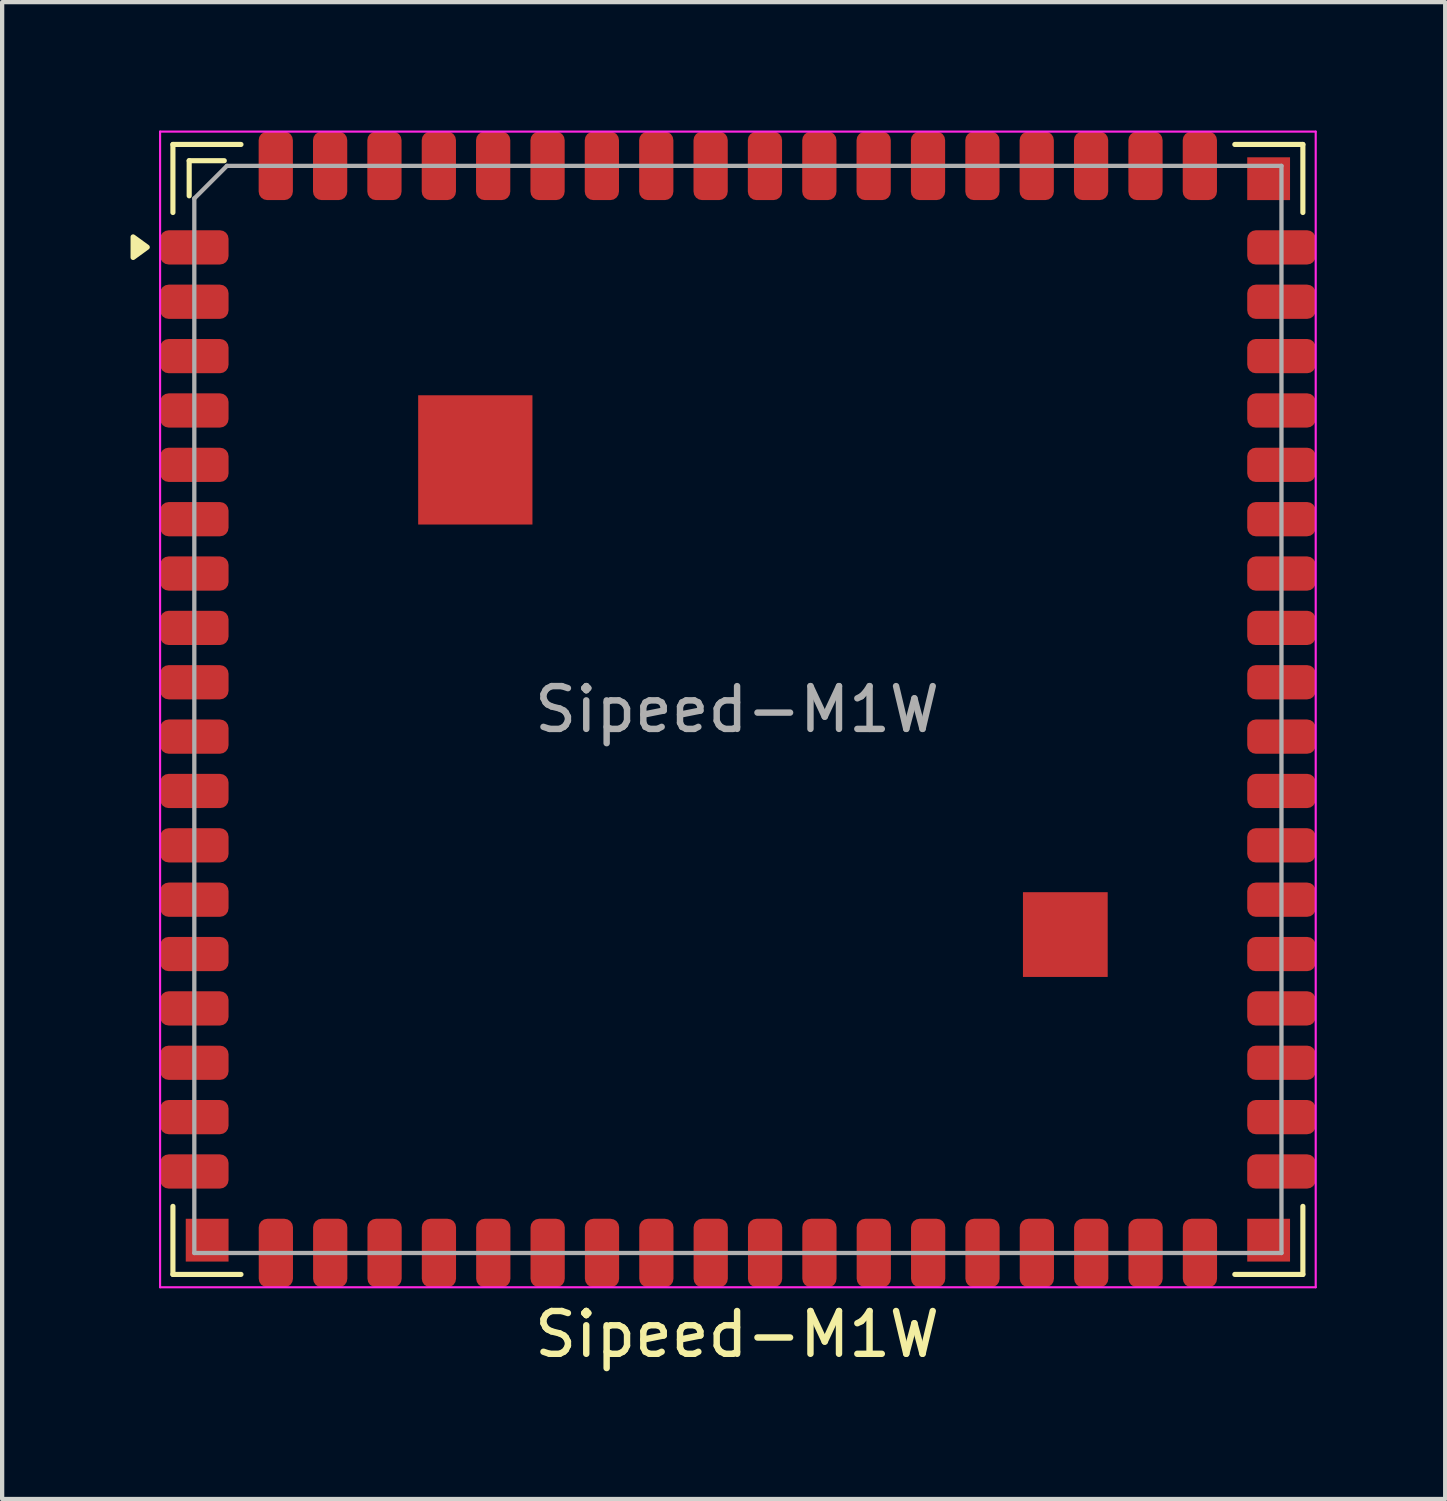
<source format=kicad_pcb>
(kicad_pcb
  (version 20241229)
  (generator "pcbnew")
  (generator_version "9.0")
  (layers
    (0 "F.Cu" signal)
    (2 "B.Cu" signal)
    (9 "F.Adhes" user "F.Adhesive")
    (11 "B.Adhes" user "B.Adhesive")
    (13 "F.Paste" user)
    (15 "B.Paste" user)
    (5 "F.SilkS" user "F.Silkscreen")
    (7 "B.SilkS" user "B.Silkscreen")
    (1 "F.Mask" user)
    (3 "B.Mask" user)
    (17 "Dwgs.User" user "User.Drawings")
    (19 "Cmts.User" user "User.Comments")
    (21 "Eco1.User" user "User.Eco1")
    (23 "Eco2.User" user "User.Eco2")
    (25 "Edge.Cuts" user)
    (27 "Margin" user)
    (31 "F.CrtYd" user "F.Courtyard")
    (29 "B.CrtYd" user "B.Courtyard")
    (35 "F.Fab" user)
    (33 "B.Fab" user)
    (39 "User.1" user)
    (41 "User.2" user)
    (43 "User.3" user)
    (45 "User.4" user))
  (footprint "Sipeed-M1W"
    (layer "F.Cu")
    (at 14.19 13.525)
    (property "Reference" "Sipeed-M1W" (at -0.019 14.6 0) (unlocked yes) (layer "F.SilkS") (effects (font (size 1 1) (thickness 0.15))))
    (attr smd)
    (fp_line (start -13.2 -13.2) (end -13.2 -11.61) (stroke (width 0.12) (type solid)) (layer "F.SilkS"))
    (fp_line (start -13.2 13.2) (end -13.2 11.61) (stroke (width 0.12) (type solid)) (layer "F.SilkS"))
    (fp_line (start -12.82 -12.82) (end -12.82 -12) (stroke (width 0.12) (type solid)) (layer "F.SilkS"))
    (fp_line (start -12 -12.82) (end -12.82 -12.82) (stroke (width 0.12) (type solid)) (layer "F.SilkS"))
    (fp_line (start -11.61 -13.2) (end -13.2 -13.2) (stroke (width 0.12) (type solid)) (layer "F.SilkS"))
    (fp_line (start -11.61 13.2) (end -13.2 13.2) (stroke (width 0.12) (type solid)) (layer "F.SilkS"))
    (fp_line (start 11.61 13.2) (end 13.2 13.2) (stroke (width 0.12) (type solid)) (layer "F.SilkS"))
    (fp_line (start 13.2 -13.2) (end 11.61 -13.2) (stroke (width 0.12) (type solid)) (layer "F.SilkS"))
    (fp_line (start 13.2 -11.61) (end 13.2 -13.2) (stroke (width 0.12) (type solid)) (layer "F.SilkS"))
    (fp_line (start 13.2 13.2) (end 13.2 11.61) (stroke (width 0.12) (type solid)) (layer "F.SilkS"))
    (fp_poly (pts (xy -13.8 -10.8) (xy -14.13 -10.56) (xy -14.13 -11.04) (xy -13.8 -10.8)) (stroke (width 0.12) (type solid)) (fill yes) (layer "F.SilkS"))
    (fp_line (start -13.5 -13.5) (end 13.5 -13.5) (stroke (width 0.05) (type solid)) (layer "F.CrtYd"))
    (fp_line (start -13.5 13.5) (end -13.5 -13.5) (stroke (width 0.05) (type solid)) (layer "F.CrtYd"))
    (fp_line (start 13.5 -13.5) (end 13.5 13.5) (stroke (width 0.05) (type solid)) (layer "F.CrtYd"))
    (fp_line (start 13.5 13.5) (end -13.5 13.5) (stroke (width 0.05) (type solid)) (layer "F.CrtYd"))
    (fp_line (start -12.7 -11.938) (end -11.938 -12.7) (stroke (width 0.1) (type solid)) (layer "F.Fab"))
    (fp_line (start -12.7 12.7) (end -12.7 -11.938) (stroke (width 0.1) (type solid)) (layer "F.Fab"))
    (fp_line (start -11.938 -12.7) (end 12.7 -12.7) (stroke (width 0.1) (type solid)) (layer "F.Fab"))
    (fp_line (start 12.7 -12.7) (end 12.7 12.7) (stroke (width 0.1) (type solid)) (layer "F.Fab"))
    (fp_line (start 12.7 12.7) (end -12.7 12.7) (stroke (width 0.1) (type solid)) (layer "F.Fab"))
    (fp_text user "${REFERENCE}" (at -0.019 0 0) (unlocked yes) (layer "F.Fab") (effects (font (size 1 1) (thickness 0.15))))
    (pad "" smd rect (at -12.4 12.4 90) (size 1 1) (layers "F.Cu" "F.Mask" "F.Paste"))
    (pad "" smd roundrect (at -6.8 -6.582) (size 1.18 1.355) (layers "F.Paste") (roundrect_rratio 0.25))
    (pad "" smd roundrect (at -6.8 -5.077) (size 1.18 1.355) (layers "F.Paste") (roundrect_rratio 0.25))
    (pad "" smd rect (at -6.135 -5.83) (size 2.67 3.02) (layers "F.Cu" "F.Mask"))
    (pad "" smd roundrect (at -5.47 -6.582) (size 1.18 1.355) (layers "F.Paste") (roundrect_rratio 0.25))
    (pad "" smd roundrect (at -5.47 -5.077) (size 1.18 1.355) (layers "F.Paste") (roundrect_rratio 0.25))
    (pad "" smd roundrect (at 7.157 4.762) (size 0.835 0.835) (layers "F.Paste") (roundrect_rratio 0.25))
    (pad "" smd roundrect (at 7.157 5.753) (size 0.835 0.835) (layers "F.Paste") (roundrect_rratio 0.25))
    (pad "" smd rect (at 7.65 5.26) (size 1.98 1.98) (layers "F.Cu" "F.Mask"))
    (pad "" smd roundrect (at 8.143 4.762) (size 0.835 0.835) (layers "F.Paste") (roundrect_rratio 0.25))
    (pad "" smd roundrect (at 8.143 5.753) (size 0.835 0.835) (layers "F.Paste") (roundrect_rratio 0.25))
    (pad "" smd rect (at 12.4 -12.4 90) (size 1 1) (layers "F.Cu" "F.Mask" "F.Paste"))
    (pad "" smd rect (at 12.4 12.4 90) (size 1 1) (layers "F.Cu" "F.Mask" "F.Paste"))
    (pad "1" smd roundrect (at -12.7 -10.795) (size 1.6 0.8) (layers "F.Cu" "F.Mask" "F.Paste") (roundrect_rratio 0.25))
    (pad "2" smd roundrect (at -12.7 -9.525) (size 1.6 0.8) (layers "F.Cu" "F.Mask" "F.Paste") (roundrect_rratio 0.25))
    (pad "3" smd roundrect (at -12.7 -8.255) (size 1.6 0.8) (layers "F.Cu" "F.Mask" "F.Paste") (roundrect_rratio 0.25))
    (pad "4" smd roundrect (at -12.7 -6.985) (size 1.6 0.8) (layers "F.Cu" "F.Mask" "F.Paste") (roundrect_rratio 0.25))
    (pad "5" smd roundrect (at -12.7 -5.715) (size 1.6 0.8) (layers "F.Cu" "F.Mask" "F.Paste") (roundrect_rratio 0.25))
    (pad "6" smd roundrect (at -12.7 -4.445) (size 1.6 0.8) (layers "F.Cu" "F.Mask" "F.Paste") (roundrect_rratio 0.25))
    (pad "7" smd roundrect (at -12.7 -3.175) (size 1.6 0.8) (layers "F.Cu" "F.Mask" "F.Paste") (roundrect_rratio 0.25))
    (pad "8" smd roundrect (at -12.7 -1.905) (size 1.6 0.8) (layers "F.Cu" "F.Mask" "F.Paste") (roundrect_rratio 0.25))
    (pad "9" smd roundrect (at -12.7 -0.635) (size 1.6 0.8) (layers "F.Cu" "F.Mask" "F.Paste") (roundrect_rratio 0.25))
    (pad "10" smd roundrect (at -12.7 0.635) (size 1.6 0.8) (layers "F.Cu" "F.Mask" "F.Paste") (roundrect_rratio 0.25))
    (pad "11" smd roundrect (at -12.7 1.905) (size 1.6 0.8) (layers "F.Cu" "F.Mask" "F.Paste") (roundrect_rratio 0.25))
    (pad "12" smd roundrect (at -12.7 3.175) (size 1.6 0.8) (layers "F.Cu" "F.Mask" "F.Paste") (roundrect_rratio 0.25))
    (pad "13" smd roundrect (at -12.7 4.445) (size 1.6 0.8) (layers "F.Cu" "F.Mask" "F.Paste") (roundrect_rratio 0.25))
    (pad "14" smd roundrect (at -12.7 5.715) (size 1.6 0.8) (layers "F.Cu" "F.Mask" "F.Paste") (roundrect_rratio 0.25))
    (pad "15" smd roundrect (at -12.7 6.985) (size 1.6 0.8) (layers "F.Cu" "F.Mask" "F.Paste") (roundrect_rratio 0.25))
    (pad "16" smd roundrect (at -12.7 8.255) (size 1.6 0.8) (layers "F.Cu" "F.Mask" "F.Paste") (roundrect_rratio 0.25))
    (pad "17" smd roundrect (at -12.7 9.525) (size 1.6 0.8) (layers "F.Cu" "F.Mask" "F.Paste") (roundrect_rratio 0.25))
    (pad "18" smd roundrect (at -12.7 10.795) (size 1.6 0.8) (layers "F.Cu" "F.Mask" "F.Paste") (roundrect_rratio 0.25))
    (pad "19" smd roundrect (at -10.795 12.7 90) (size 1.6 0.8) (layers "F.Cu" "F.Mask" "F.Paste") (roundrect_rratio 0.25))
    (pad "20" smd roundrect (at -9.525 12.7 90) (size 1.6 0.8) (layers "F.Cu" "F.Mask" "F.Paste") (roundrect_rratio 0.25))
    (pad "21" smd roundrect (at -8.255 12.7 90) (size 1.6 0.8) (layers "F.Cu" "F.Mask" "F.Paste") (roundrect_rratio 0.25))
    (pad "22" smd roundrect (at -6.985 12.7 90) (size 1.6 0.8) (layers "F.Cu" "F.Mask" "F.Paste") (roundrect_rratio 0.25))
    (pad "23" smd roundrect (at -5.715 12.7 90) (size 1.6 0.8) (layers "F.Cu" "F.Mask" "F.Paste") (roundrect_rratio 0.25))
    (pad "24" smd roundrect (at -4.445 12.7 90) (size 1.6 0.8) (layers "F.Cu" "F.Mask" "F.Paste") (roundrect_rratio 0.25))
    (pad "25" smd roundrect (at -3.175 12.7 90) (size 1.6 0.8) (layers "F.Cu" "F.Mask" "F.Paste") (roundrect_rratio 0.25))
    (pad "26" smd roundrect (at -1.905 12.7 90) (size 1.6 0.8) (layers "F.Cu" "F.Mask" "F.Paste") (roundrect_rratio 0.25))
    (pad "27" smd roundrect (at -0.635 12.7 90) (size 1.6 0.8) (layers "F.Cu" "F.Mask" "F.Paste") (roundrect_rratio 0.25))
    (pad "28" smd roundrect (at 0.635 12.7 90) (size 1.6 0.8) (layers "F.Cu" "F.Mask" "F.Paste") (roundrect_rratio 0.25))
    (pad "29" smd roundrect (at 1.905 12.7 90) (size 1.6 0.8) (layers "F.Cu" "F.Mask" "F.Paste") (roundrect_rratio 0.25))
    (pad "30" smd roundrect (at 3.175 12.7 90) (size 1.6 0.8) (layers "F.Cu" "F.Mask" "F.Paste") (roundrect_rratio 0.25))
    (pad "31" smd roundrect (at 4.445 12.7 90) (size 1.6 0.8) (layers "F.Cu" "F.Mask" "F.Paste") (roundrect_rratio 0.25))
    (pad "32" smd roundrect (at 5.715 12.7 90) (size 1.6 0.8) (layers "F.Cu" "F.Mask" "F.Paste") (roundrect_rratio 0.25))
    (pad "33" smd roundrect (at 6.985 12.7 90) (size 1.6 0.8) (layers "F.Cu" "F.Mask" "F.Paste") (roundrect_rratio 0.25))
    (pad "34" smd roundrect (at 8.255 12.7 90) (size 1.6 0.8) (layers "F.Cu" "F.Mask" "F.Paste") (roundrect_rratio 0.25))
    (pad "35" smd roundrect (at 9.525 12.7 90) (size 1.6 0.8) (layers "F.Cu" "F.Mask" "F.Paste") (roundrect_rratio 0.25))
    (pad "36" smd roundrect (at 10.795 12.7 90) (size 1.6 0.8) (layers "F.Cu" "F.Mask" "F.Paste") (roundrect_rratio 0.25))
    (pad "37" smd roundrect (at 12.7 10.795 180) (size 1.6 0.8) (layers "F.Cu" "F.Mask" "F.Paste") (roundrect_rratio 0.25))
    (pad "38" smd roundrect (at 12.7 9.525 180) (size 1.6 0.8) (layers "F.Cu" "F.Mask" "F.Paste") (roundrect_rratio 0.25))
    (pad "39" smd roundrect (at 12.7 8.255 180) (size 1.6 0.8) (layers "F.Cu" "F.Mask" "F.Paste") (roundrect_rratio 0.25))
    (pad "40" smd roundrect (at 12.7 6.985 180) (size 1.6 0.8) (layers "F.Cu" "F.Mask" "F.Paste") (roundrect_rratio 0.25))
    (pad "41" smd roundrect (at 12.7 5.715 180) (size 1.6 0.8) (layers "F.Cu" "F.Mask" "F.Paste") (roundrect_rratio 0.25))
    (pad "42" smd roundrect (at 12.7 4.445 180) (size 1.6 0.8) (layers "F.Cu" "F.Mask" "F.Paste") (roundrect_rratio 0.25))
    (pad "43" smd roundrect (at 12.7 3.175 180) (size 1.6 0.8) (layers "F.Cu" "F.Mask" "F.Paste") (roundrect_rratio 0.25))
    (pad "44" smd roundrect (at 12.7 1.905 180) (size 1.6 0.8) (layers "F.Cu" "F.Mask" "F.Paste") (roundrect_rratio 0.25))
    (pad "45" smd roundrect (at 12.7 0.635 180) (size 1.6 0.8) (layers "F.Cu" "F.Mask" "F.Paste") (roundrect_rratio 0.25))
    (pad "46" smd roundrect (at 12.7 -0.635 180) (size 1.6 0.8) (layers "F.Cu" "F.Mask" "F.Paste") (roundrect_rratio 0.25))
    (pad "47" smd roundrect (at 12.7 -1.905 180) (size 1.6 0.8) (layers "F.Cu" "F.Mask" "F.Paste") (roundrect_rratio 0.25))
    (pad "48" smd roundrect (at 12.7 -3.175 180) (size 1.6 0.8) (layers "F.Cu" "F.Mask" "F.Paste") (roundrect_rratio 0.25))
    (pad "49" smd roundrect (at 12.7 -4.445 180) (size 1.6 0.8) (layers "F.Cu" "F.Mask" "F.Paste") (roundrect_rratio 0.25))
    (pad "50" smd roundrect (at 12.7 -5.715 180) (size 1.6 0.8) (layers "F.Cu" "F.Mask" "F.Paste") (roundrect_rratio 0.25))
    (pad "51" smd roundrect (at 12.7 -6.985 180) (size 1.6 0.8) (layers "F.Cu" "F.Mask" "F.Paste") (roundrect_rratio 0.25))
    (pad "52" smd roundrect (at 12.7 -8.255 180) (size 1.6 0.8) (layers "F.Cu" "F.Mask" "F.Paste") (roundrect_rratio 0.25))
    (pad "53" smd roundrect (at 12.7 -9.525 180) (size 1.6 0.8) (layers "F.Cu" "F.Mask" "F.Paste") (roundrect_rratio 0.25))
    (pad "54" smd roundrect (at 12.7 -10.795 180) (size 1.6 0.8) (layers "F.Cu" "F.Mask" "F.Paste") (roundrect_rratio 0.25))
    (pad "55" smd roundrect (at 10.793 -12.7 270) (size 1.6 0.8) (layers "F.Cu" "F.Mask" "F.Paste") (roundrect_rratio 0.25))
    (pad "56" smd roundrect (at 9.523 -12.7 270) (size 1.6 0.8) (layers "F.Cu" "F.Mask" "F.Paste") (roundrect_rratio 0.25))
    (pad "57" smd roundrect (at 8.252 -12.7 270) (size 1.6 0.8) (layers "F.Cu" "F.Mask" "F.Paste") (roundrect_rratio 0.25))
    (pad "58" smd roundrect (at 6.982 -12.7 270) (size 1.6 0.8) (layers "F.Cu" "F.Mask" "F.Paste") (roundrect_rratio 0.25))
    (pad "59" smd roundrect (at 5.713 -12.7 270) (size 1.6 0.8) (layers "F.Cu" "F.Mask" "F.Paste") (roundrect_rratio 0.25))
    (pad "60" smd roundrect (at 4.442 -12.7 270) (size 1.6 0.8) (layers "F.Cu" "F.Mask" "F.Paste") (roundrect_rratio 0.25))
    (pad "61" smd roundrect (at 3.172 -12.7 270) (size 1.6 0.8) (layers "F.Cu" "F.Mask" "F.Paste") (roundrect_rratio 0.25))
    (pad "62" smd roundrect (at 1.903 -12.7 270) (size 1.6 0.8) (layers "F.Cu" "F.Mask" "F.Paste") (roundrect_rratio 0.25))
    (pad "63" smd roundrect (at 0.632 -12.7 270) (size 1.6 0.8) (layers "F.Cu" "F.Mask" "F.Paste") (roundrect_rratio 0.25))
    (pad "64" smd roundrect (at -0.637 -12.7 270) (size 1.6 0.8) (layers "F.Cu" "F.Mask" "F.Paste") (roundrect_rratio 0.25))
    (pad "65" smd roundrect (at -1.907 -12.7 270) (size 1.6 0.8) (layers "F.Cu" "F.Mask" "F.Paste") (roundrect_rratio 0.25))
    (pad "66" smd roundrect (at -3.178 -12.7 270) (size 1.6 0.8) (layers "F.Cu" "F.Mask" "F.Paste") (roundrect_rratio 0.25))
    (pad "67" smd roundrect (at -4.447 -12.7 270) (size 1.6 0.8) (layers "F.Cu" "F.Mask" "F.Paste") (roundrect_rratio 0.25))
    (pad "68" smd roundrect (at -5.718 -12.7 270) (size 1.6 0.8) (layers "F.Cu" "F.Mask" "F.Paste") (roundrect_rratio 0.25))
    (pad "69" smd roundrect (at -6.987 -12.7 270) (size 1.6 0.8) (layers "F.Cu" "F.Mask" "F.Paste") (roundrect_rratio 0.25))
    (pad "70" smd roundrect (at -8.258 -12.7 270) (size 1.6 0.8) (layers "F.Cu" "F.Mask" "F.Paste") (roundrect_rratio 0.25))
    (pad "71" smd roundrect (at -9.527 -12.7 270) (size 1.6 0.8) (layers "F.Cu" "F.Mask" "F.Paste") (roundrect_rratio 0.25))
    (pad "72" smd roundrect (at -10.797 -12.7 270) (size 1.6 0.8) (layers "F.Cu" "F.Mask" "F.Paste") (roundrect_rratio 0.25)))
  (gr_rect
    (start -3 -3)
    (end 30.715 31.973)
    (stroke (width 0.1) (type default))
    (fill no)
    (layer "Edge.Cuts")))
</source>
